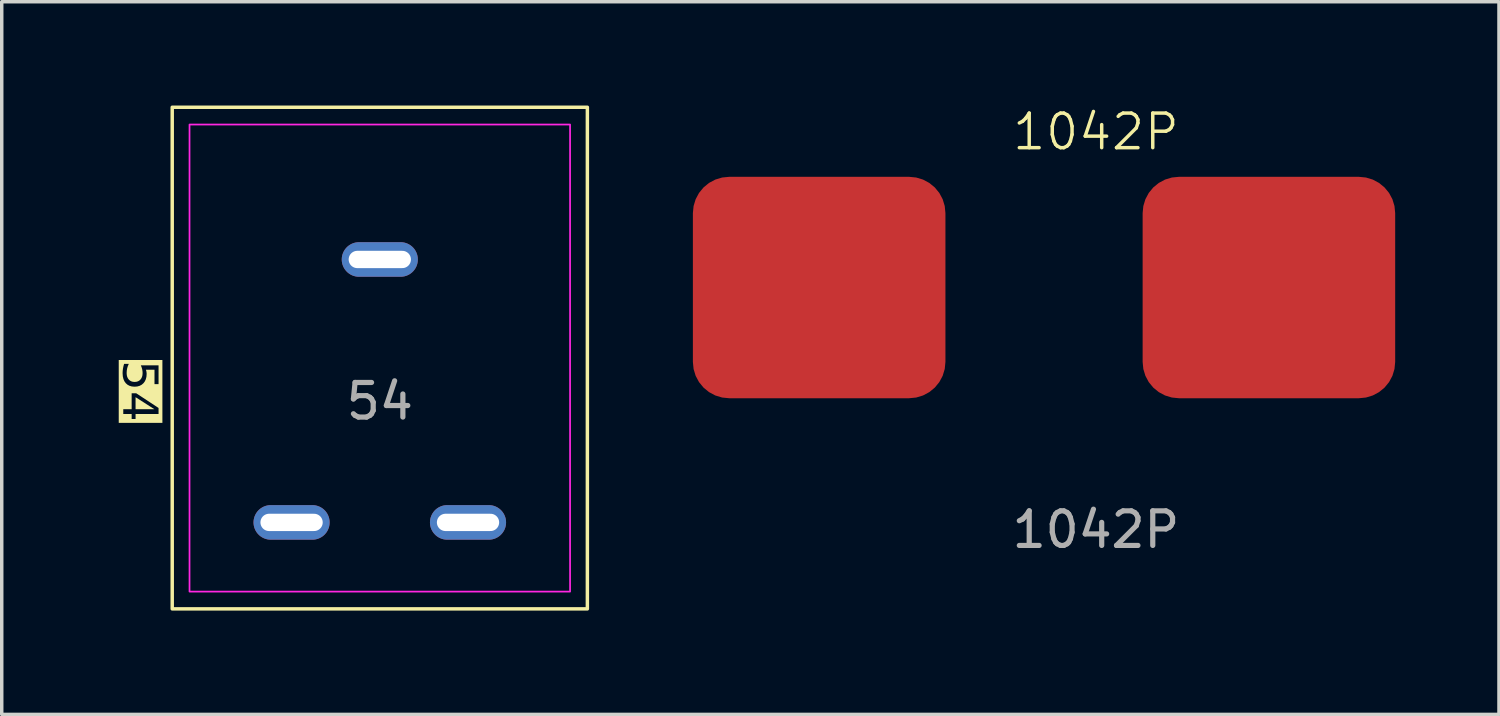
<source format=kicad_pcb>
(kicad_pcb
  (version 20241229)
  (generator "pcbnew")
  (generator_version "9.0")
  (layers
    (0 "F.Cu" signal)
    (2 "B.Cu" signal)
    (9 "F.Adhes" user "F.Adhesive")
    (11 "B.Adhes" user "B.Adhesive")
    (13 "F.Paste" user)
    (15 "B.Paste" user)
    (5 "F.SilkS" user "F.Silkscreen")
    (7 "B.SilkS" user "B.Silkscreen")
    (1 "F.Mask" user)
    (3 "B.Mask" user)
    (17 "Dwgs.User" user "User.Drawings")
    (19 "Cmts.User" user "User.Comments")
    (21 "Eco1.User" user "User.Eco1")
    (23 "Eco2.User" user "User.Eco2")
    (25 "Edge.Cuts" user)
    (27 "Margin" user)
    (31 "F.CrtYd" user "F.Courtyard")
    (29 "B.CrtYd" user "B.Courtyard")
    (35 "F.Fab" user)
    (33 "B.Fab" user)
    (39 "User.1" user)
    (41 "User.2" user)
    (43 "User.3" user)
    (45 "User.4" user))
  (footprint "1042P"
    (layer "F.Cu")
    (at 28.628 5.261)
    (property "Reference" "1042P" (at 0 -4.5 0) (unlocked yes) (layer "F.SilkS") (effects (font (size 1 1) (thickness 0.1))))
    (attr smd)
    (fp_text user "${REFERENCE}" (at 0 7 0) (unlocked yes) (layer "F.Fab") (effects (font (size 1 1) (thickness 0.15))))
    (pad "1" smd roundrect (at -8 0) (size 7.3 6.4) (layers "F.Cu" "F.Mask" "F.Paste") (roundrect_rratio 0.164))
    (pad "2" smd roundrect (at 5 0) (size 7.3 6.4) (layers "F.Cu" "F.Mask" "F.Paste") (roundrect_rratio 0.164)))
  (footprint "54"
    (layer "F.Cu")
    (at 7.928 12.05)
    (property "Reference" "54" (at -7 -3.8 270) (unlocked yes) (layer "F.SilkS" knockout) (effects (font (face "Futura") (size 1 1) (thickness 0.1))))
    (attr through_hole)
    (fp_rect (start -6 -12) (end 6 2.5) (stroke (width 0.1) (type default)) (fill no) (layer "F.SilkS"))
    (fp_rect (start -5.5 -11.5) (end 5.5 2) (stroke (width 0.05) (type default)) (fill no) (layer "F.CrtYd"))
    (fp_text user "${REFERENCE}" (at 0 -3.5 0) (unlocked yes) (layer "F.Fab") (effects (font (size 1 1) (thickness 0.15))))
    (pad "1" thru_hole oval (at -2.55 0) (size 2.2 1) (drill oval 1.8 0.5) (layers "*.Cu" "*.Mask"))
    (pad "1" thru_hole oval (at 0 -7.6) (size 2.2 1) (drill oval 1.8 0.5) (layers "*.Cu" "*.Mask"))
    (pad "1" thru_hole oval (at 2.55 0) (size 2.2 1) (drill oval 1.8 0.5) (layers "*.Cu" "*.Mask")))
  (gr_rect
    (start -3 -3)
    (end 40.278 17.6)
    (stroke (width 0.1) (type default))
    (fill no)
    (layer "Edge.Cuts")))
</source>
